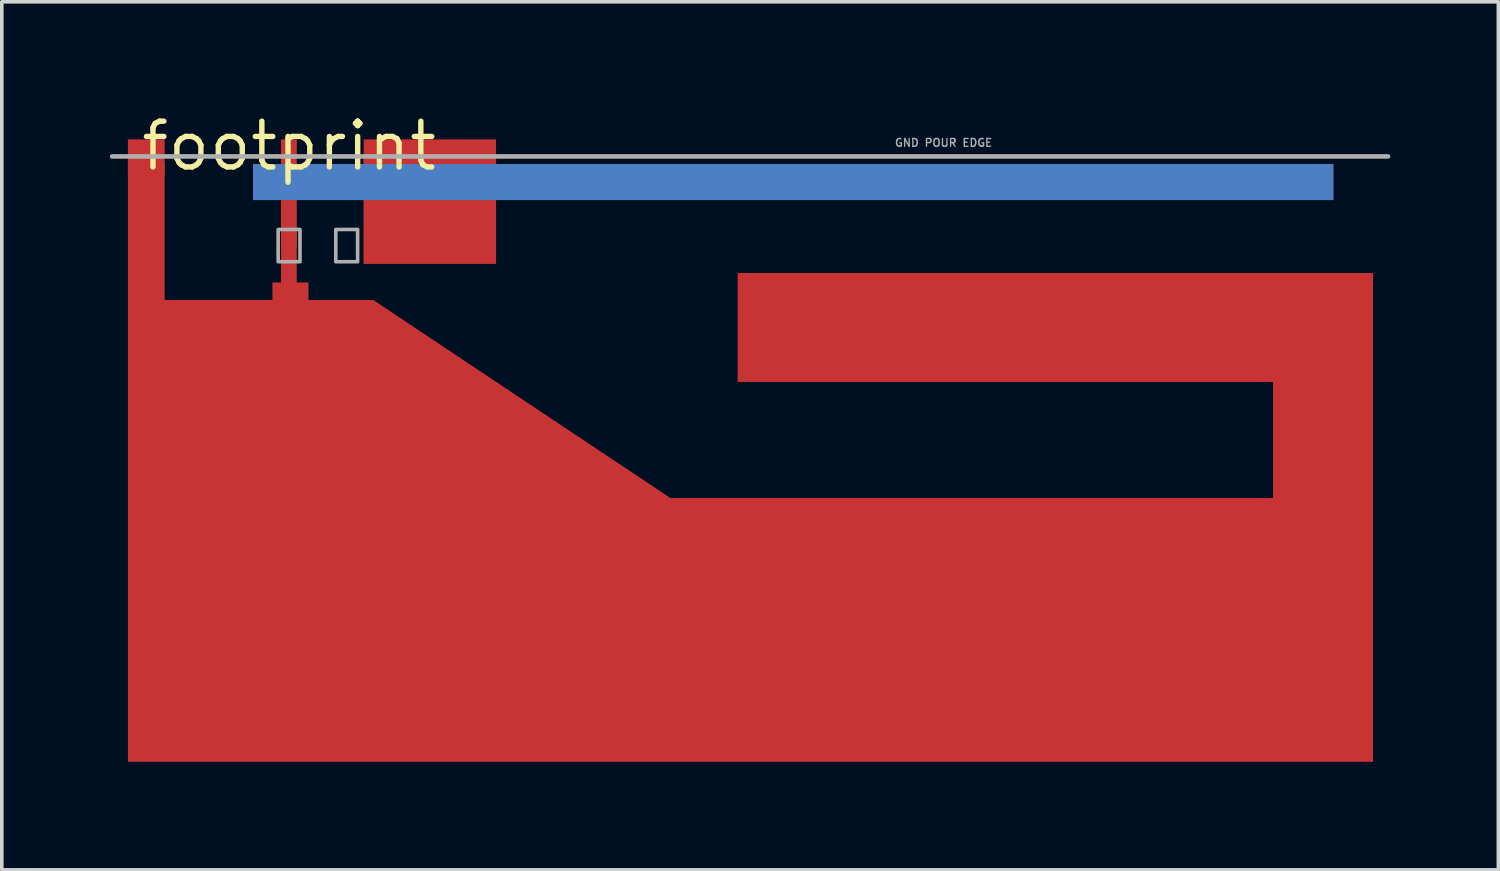
<source format=kicad_pcb>
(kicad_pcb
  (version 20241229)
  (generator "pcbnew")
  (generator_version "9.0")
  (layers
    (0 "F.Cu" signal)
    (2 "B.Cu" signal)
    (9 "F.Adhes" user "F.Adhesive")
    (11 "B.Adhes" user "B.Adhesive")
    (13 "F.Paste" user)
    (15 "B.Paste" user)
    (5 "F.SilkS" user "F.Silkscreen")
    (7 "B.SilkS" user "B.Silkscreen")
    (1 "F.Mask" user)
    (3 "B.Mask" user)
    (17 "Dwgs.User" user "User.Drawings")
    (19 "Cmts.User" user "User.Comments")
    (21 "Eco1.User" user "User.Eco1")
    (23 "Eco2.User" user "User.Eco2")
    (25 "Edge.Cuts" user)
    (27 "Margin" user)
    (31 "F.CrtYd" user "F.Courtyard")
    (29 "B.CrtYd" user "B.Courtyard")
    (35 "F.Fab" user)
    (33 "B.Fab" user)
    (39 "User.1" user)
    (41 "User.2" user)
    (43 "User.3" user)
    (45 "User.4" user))
  (footprint "footprint"
    (layer "F.Cu")
    (at 4.978 1.006)
    (property "Reference" "footprint" (at 0 0 0) (layer "F.SilkS") (effects (font (size 1.27 1.27) (thickness 0.15))))
    (fp_poly (pts (xy 5.748 3.273) (xy 2.067 3.273) (xy 2.067 0.217) (xy 5.748 0.217)) (stroke (width 0) (type solid)) (fill yes) (layer "F.Cu"))
    (fp_poly (pts (xy -3.456 4.276) (xy -0.462 4.276) (xy -0.463 3.787) (xy -0.223 3.787) (xy -0.223 2.317) (xy 0.213 2.317) (xy 0.213 3.787) (xy 0.539 3.788) (xy 0.539 4.276) (xy 2.341 4.276) (xy 10.587 9.772) (xy 10.591 9.775) (xy 27.326 9.775) (xy 27.326 6.551) (xy 12.457 6.551) (xy 12.457 3.526) (xy 30.102 3.526) (xy 30.102 17.1) (xy -4.475 17.1) (xy -4.475 0.443) (xy -3.456 0.443)) (stroke (width 0) (type solid)) (fill yes) (layer "F.Cu"))
    (fp_poly (pts (xy 30.005 3.155) (xy -4.605 3.155) (xy -4.605 -0.005) (xy 30.005 -0.005)) (stroke (width 0) (type solid)) (fill yes) (layer "In1.Cu"))
    (fp_line (start -4.914 0.288) (end 30.519 0.288) (stroke (width 0.127) (type solid)) (layer "F.Fab"))
    (fp_poly (pts (xy 0.303 3.213) (xy -0.303 3.213) (xy -0.303 2.317) (xy 0.303 2.317)) (stroke (width 0.1) (type solid)) (fill no) (layer "F.Fab"))
    (fp_poly (pts (xy 1.903 3.213) (xy 1.297 3.213) (xy 1.297 2.317) (xy 1.903 2.317)) (stroke (width 0.1) (type solid)) (fill no) (layer "F.Fab"))
    (fp_text user "GND POUR EDGE" (at 16.803 0.034 0) (layer "F.Fab") (effects (font (size 0.216 0.216) (thickness 0.038)) (justify left bottom)))
    (pad "ANT" smd rect (at -0.006 1.315 90) (size 3 0.44) (layers "F.Cu"))
    (pad "GND@1" smd rect (at -3.966 0.315) (size 1.02 1) (layers "F.Cu"))
    (pad "GND@2" smd rect (at 3.909 0.315) (size 3.677 1) (layers "F.Cu"))
    (pad "GND@3" smd rect (at 14 1) (size 30 1) (layers "*.Cu" "*.Mask")))
  (gr_rect
    (start -3 -3)
    (end 38.56 21.106)
    (stroke (width 0.1) (type default))
    (fill no)
    (layer "Edge.Cuts")))
</source>
